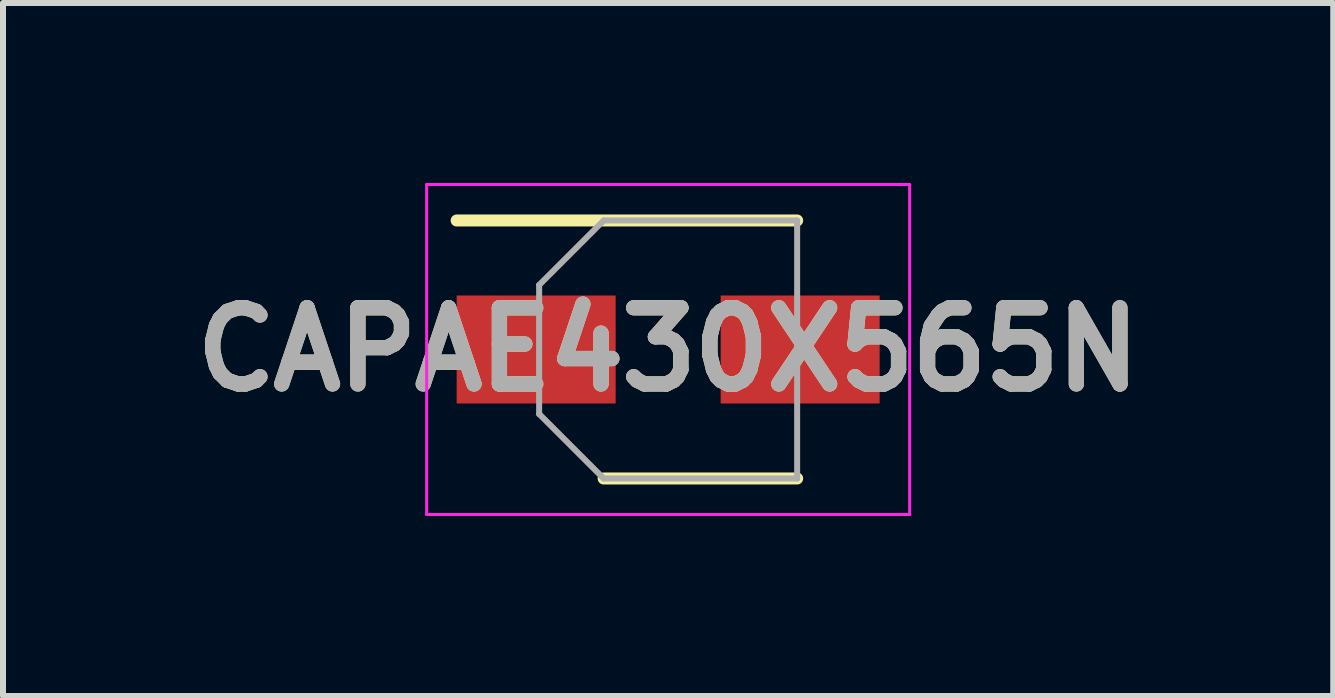
<source format=kicad_pcb>
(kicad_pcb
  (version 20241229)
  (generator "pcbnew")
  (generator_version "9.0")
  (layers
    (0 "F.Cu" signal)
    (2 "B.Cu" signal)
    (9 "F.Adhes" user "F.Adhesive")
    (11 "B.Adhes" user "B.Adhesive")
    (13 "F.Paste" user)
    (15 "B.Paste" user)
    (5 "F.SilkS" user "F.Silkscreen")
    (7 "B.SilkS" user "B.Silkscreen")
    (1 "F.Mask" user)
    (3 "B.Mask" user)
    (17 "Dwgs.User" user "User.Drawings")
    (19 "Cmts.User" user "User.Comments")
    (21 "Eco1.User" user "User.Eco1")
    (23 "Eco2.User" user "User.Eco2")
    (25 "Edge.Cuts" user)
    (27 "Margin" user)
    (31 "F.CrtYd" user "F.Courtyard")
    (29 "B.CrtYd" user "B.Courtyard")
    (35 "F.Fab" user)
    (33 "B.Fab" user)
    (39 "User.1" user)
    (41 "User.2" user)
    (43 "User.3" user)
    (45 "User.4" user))
  (footprint "CAPAE430X565N"
    (layer "F.Cu")
    (at 8.086 2.775)
    (property "Reference" "CAPAE430X565N" (at 0 0 0) (layer "F.SilkS") (effects (font (size 1.27 1.27) (thickness 0.254))))
    (attr smd)
    (fp_line (start -3.525 -2.15) (end 2.15 -2.15) (stroke (width 0.2) (type solid)) (layer "F.SilkS"))
    (fp_line (start -1.075 2.15) (end 2.15 2.15) (stroke (width 0.2) (type solid)) (layer "F.SilkS"))
    (fp_line (start -4.025 -2.75) (end 4.025 -2.75) (stroke (width 0.05) (type solid)) (layer "F.CrtYd"))
    (fp_line (start -4.025 2.75) (end -4.025 -2.75) (stroke (width 0.05) (type solid)) (layer "F.CrtYd"))
    (fp_line (start 4.025 -2.75) (end 4.025 2.75) (stroke (width 0.05) (type solid)) (layer "F.CrtYd"))
    (fp_line (start 4.025 2.75) (end -4.025 2.75) (stroke (width 0.05) (type solid)) (layer "F.CrtYd"))
    (fp_line (start -2.15 -1.075) (end -2.15 1.075) (stroke (width 0.1) (type solid)) (layer "F.Fab"))
    (fp_line (start -2.15 1.075) (end -1.075 2.15) (stroke (width 0.1) (type solid)) (layer "F.Fab"))
    (fp_line (start -1.075 -2.15) (end -2.15 -1.075) (stroke (width 0.1) (type solid)) (layer "F.Fab"))
    (fp_line (start -1.075 2.15) (end 2.15 2.15) (stroke (width 0.1) (type solid)) (layer "F.Fab"))
    (fp_line (start 2.15 -2.15) (end -1.075 -2.15) (stroke (width 0.1) (type solid)) (layer "F.Fab"))
    (fp_line (start 2.15 2.15) (end 2.15 -2.15) (stroke (width 0.1) (type solid)) (layer "F.Fab"))
    (fp_text user "${REFERENCE}" (at 0 0 0) (layer "F.Fab") (effects (font (size 1.27 1.27) (thickness 0.254))))
    (pad "1" smd rect (at -2.2 0 90) (size 1.8 2.65) (layers "F.Cu" "F.Mask" "F.Paste"))
    (pad "2" smd rect (at 2.2 0 90) (size 1.8 2.65) (layers "F.Cu" "F.Mask" "F.Paste")))
  (gr_rect
    (start -3 -3)
    (end 19.171 8.55)
    (stroke (width 0.1) (type default))
    (fill no)
    (layer "Edge.Cuts")))
</source>
